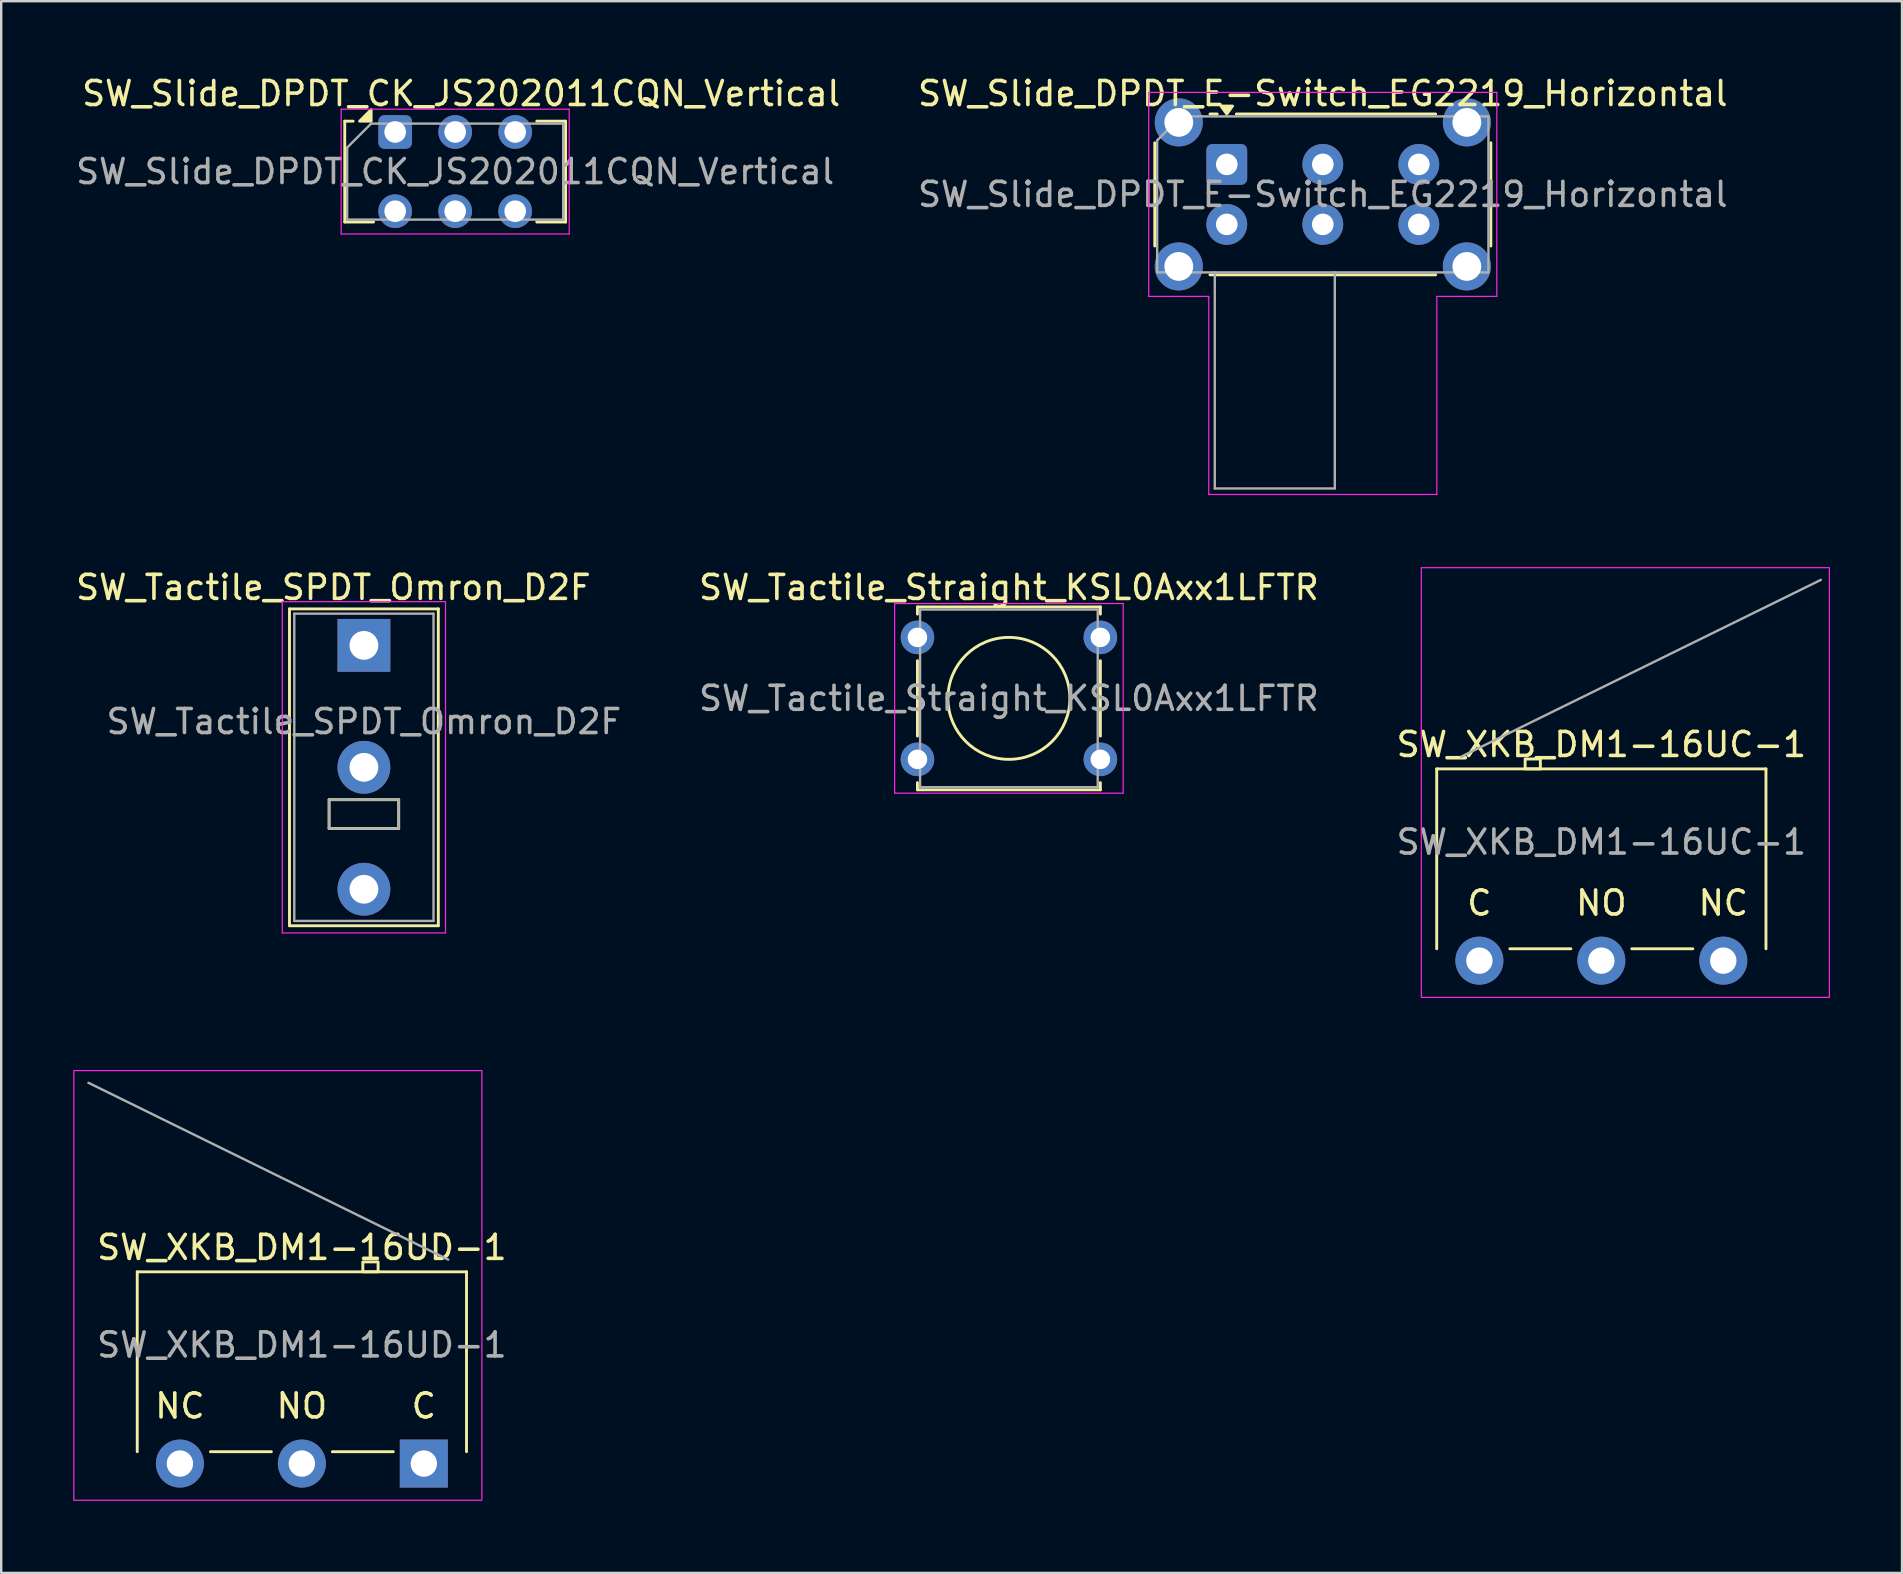
<source format=kicad_pcb>
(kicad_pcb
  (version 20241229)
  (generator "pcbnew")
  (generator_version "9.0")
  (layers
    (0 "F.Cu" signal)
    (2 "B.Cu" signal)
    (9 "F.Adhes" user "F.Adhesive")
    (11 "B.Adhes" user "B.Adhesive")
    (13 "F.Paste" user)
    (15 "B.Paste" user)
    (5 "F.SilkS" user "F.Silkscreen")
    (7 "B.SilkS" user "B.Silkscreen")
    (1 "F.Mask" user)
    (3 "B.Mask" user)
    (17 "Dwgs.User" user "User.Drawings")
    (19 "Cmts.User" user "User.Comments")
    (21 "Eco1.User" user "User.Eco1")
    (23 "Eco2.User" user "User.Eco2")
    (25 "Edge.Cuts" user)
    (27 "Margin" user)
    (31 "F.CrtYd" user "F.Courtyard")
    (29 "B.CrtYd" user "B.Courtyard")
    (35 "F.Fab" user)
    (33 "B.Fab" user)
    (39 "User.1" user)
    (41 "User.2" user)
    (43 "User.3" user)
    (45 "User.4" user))
  (footprint "SW_Tactile_Straight_KSL0Axx1LFTR"
    (layer "F.Cu")
    (at 35.168 23.502)
    (property "Reference" "SW_Tactile_Straight_KSL0Axx1LFTR" (at 3.81 -2.08 0) (layer "F.SilkS") (effects (font (size 1 1) (thickness 0.15))))
    (attr through_hole)
    (fp_line (start 0 -1.27) (end 0 -0.97) (stroke (width 0.12) (type solid)) (layer "F.SilkS"))
    (fp_line (start 0 -1.27) (end 7.62 -1.27) (stroke (width 0.12) (type solid)) (layer "F.SilkS"))
    (fp_line (start 0 0.97) (end 0 4.11) (stroke (width 0.12) (type solid)) (layer "F.SilkS"))
    (fp_line (start 0 6.05) (end 0 6.35) (stroke (width 0.12) (type solid)) (layer "F.SilkS"))
    (fp_line (start 7.62 -1.27) (end 7.62 -0.97) (stroke (width 0.12) (type solid)) (layer "F.SilkS"))
    (fp_line (start 7.62 0.97) (end 7.62 4.11) (stroke (width 0.12) (type solid)) (layer "F.SilkS"))
    (fp_line (start 7.62 6.05) (end 7.62 6.35) (stroke (width 0.12) (type solid)) (layer "F.SilkS"))
    (fp_line (start 7.62 6.35) (end 0 6.35) (stroke (width 0.12) (type solid)) (layer "F.SilkS"))
    (fp_circle (center 3.81 2.54) (end 3.81 0) (stroke (width 0.12) (type solid)) (fill no) (layer "F.SilkS"))
    (fp_line (start -0.95 -1.41) (end -0.95 6.49) (stroke (width 0.05) (type solid)) (layer "F.CrtYd"))
    (fp_line (start -0.95 -1.41) (end 8.57 -1.41) (stroke (width 0.05) (type solid)) (layer "F.CrtYd"))
    (fp_line (start 8.57 6.49) (end -0.95 6.49) (stroke (width 0.05) (type solid)) (layer "F.CrtYd"))
    (fp_line (start 8.57 6.49) (end 8.57 -1.41) (stroke (width 0.05) (type solid)) (layer "F.CrtYd"))
    (fp_line (start 0.11 -1.16) (end 7.51 -1.16) (stroke (width 0.1) (type solid)) (layer "F.Fab"))
    (fp_line (start 0.11 6.24) (end 0.11 -1.16) (stroke (width 0.1) (type solid)) (layer "F.Fab"))
    (fp_line (start 7.51 -1.16) (end 7.51 6.24) (stroke (width 0.1) (type solid)) (layer "F.Fab"))
    (fp_line (start 7.51 6.24) (end 0.11 6.24) (stroke (width 0.1) (type solid)) (layer "F.Fab"))
    (fp_text user "${REFERENCE}" (at 3.81 2.54 0) (layer "F.Fab") (effects (font (size 1 1) (thickness 0.15))))
    (pad "1" thru_hole circle (at 0 0) (size 1.397 1.397) (drill 0.813) (layers "*.Cu" "*.Mask"))
    (pad "1" thru_hole circle (at 7.62 0) (size 1.397 1.397) (drill 0.813) (layers "*.Cu" "*.Mask"))
    (pad "2" thru_hole circle (at 0 5.08) (size 1.397 1.397) (drill 0.813) (layers "*.Cu" "*.Mask"))
    (pad "2" thru_hole circle (at 7.62 5.08) (size 1.397 1.397) (drill 0.813) (layers "*.Cu" "*.Mask")))
  (footprint "SW_XKB_DM1-16UC-1"
    (layer "F.Cu")
    (at 63.657 34.568)
    (property "Reference" "SW_XKB_DM1-16UC-1" (at 0 -6.604 0) (unlocked yes) (layer "F.SilkS") (effects (font (size 1 1) (thickness 0.15))))
    (attr through_hole)
    (fp_line (start -6.858 -5.588) (end -6.858 1.905) (stroke (width 0.12) (type solid)) (layer "F.SilkS"))
    (fp_line (start -3.81 1.905) (end -1.27 1.905) (stroke (width 0.12) (type solid)) (layer "F.SilkS"))
    (fp_line (start 3.81 1.905) (end 1.27 1.905) (stroke (width 0.12) (type solid)) (layer "F.SilkS"))
    (fp_line (start 6.858 -5.588) (end -6.858 -5.588) (stroke (width 0.12) (type solid)) (layer "F.SilkS"))
    (fp_line (start 6.858 1.905) (end 6.858 -5.588) (stroke (width 0.12) (type solid)) (layer "F.SilkS"))
    (fp_rect (start -3.175 -6) (end -2.54 -5.588) (stroke (width 0.12) (type solid)) (fill no) (layer "F.SilkS"))
    (fp_rect (start -7.5 -13.97) (end 9.5 3.93) (stroke (width 0.05) (type solid)) (fill no) (layer "F.CrtYd"))
    (fp_line (start -5.842 -6.096) (end 9.144 -13.462) (stroke (width 0.1) (type solid)) (layer "F.Fab"))
    (fp_text user "NC" (at 5.08 0 0) (unlocked yes) (layer "F.SilkS") (effects (font (size 1 1) (thickness 0.15))))
    (fp_text user "C" (at -5.08 0 0) (unlocked yes) (layer "F.SilkS") (effects (font (size 1 1) (thickness 0.15))))
    (fp_text user "NO" (at 0 0 0) (unlocked yes) (layer "F.SilkS") (effects (font (size 1 1) (thickness 0.15))))
    (fp_text user "${REFERENCE}" (at 0 -2.54 0) (unlocked yes) (layer "F.Fab") (effects (font (size 1 1) (thickness 0.15))))
    (pad "1" thru_hole circle (at -5.08 2.4) (size 2 2) (drill 1.1) (layers "*.Cu" "*.Mask"))
    (pad "2" thru_hole circle (at 0 2.4) (size 2 2) (drill 1.1) (layers "*.Cu" "*.Mask"))
    (pad "3" thru_hole circle (at 5.08 2.4) (size 2 2) (drill 1.1) (layers "*.Cu" "*.Mask")))
  (footprint "SW_XKB_DM1-16UD-1"
    (layer "F.Cu")
    (at 14.605 57.918)
    (property "Reference" "SW_XKB_DM1-16UD-1" (at -5.08 -9.004 0) (unlocked yes) (layer "F.SilkS") (effects (font (size 1 1) (thickness 0.15))))
    (attr through_hole)
    (fp_line (start -11.938 -7.988) (end -11.938 -0.495) (stroke (width 0.12) (type solid)) (layer "F.SilkS"))
    (fp_line (start -8.89 -0.495) (end -6.35 -0.495) (stroke (width 0.12) (type solid)) (layer "F.SilkS"))
    (fp_line (start -1.27 -0.495) (end -3.81 -0.495) (stroke (width 0.12) (type solid)) (layer "F.SilkS"))
    (fp_line (start 1.778 -7.988) (end -11.938 -7.988) (stroke (width 0.12) (type solid)) (layer "F.SilkS"))
    (fp_line (start 1.778 -0.495) (end 1.778 -7.988) (stroke (width 0.12) (type solid)) (layer "F.SilkS"))
    (fp_rect (start -2.54 -8.4) (end -1.905 -7.988) (stroke (width 0.12) (type solid)) (fill no) (layer "F.SilkS"))
    (fp_rect (start -14.58 -16.37) (end 2.42 1.53) (stroke (width 0.05) (type solid)) (fill no) (layer "F.CrtYd"))
    (fp_line (start -13.97 -15.862) (end 1.016 -8.496) (stroke (width 0.1) (type solid)) (layer "F.Fab"))
    (fp_text user "C" (at 0 -2.4 0) (unlocked yes) (layer "F.SilkS") (effects (font (size 1 1) (thickness 0.15))))
    (fp_text user "NO" (at -5.08 -2.4 0) (unlocked yes) (layer "F.SilkS") (effects (font (size 1 1) (thickness 0.15))))
    (fp_text user "NC" (at -10.16 -2.4 0) (unlocked yes) (layer "F.SilkS") (effects (font (size 1 1) (thickness 0.15))))
    (fp_text user "${REFERENCE}" (at -5.08 -4.94 0) (unlocked yes) (layer "F.Fab") (effects (font (size 1 1) (thickness 0.15))))
    (pad "1" thru_hole rect (at 0 0) (size 2 2) (drill 1.1) (layers "*.Cu" "*.Mask"))
    (pad "2" thru_hole circle (at -5.08 0) (size 2 2) (drill 1.1) (layers "*.Cu" "*.Mask"))
    (pad "3" thru_hole circle (at -10.16 0) (size 2 2) (drill 1.1) (layers "*.Cu" "*.Mask")))
  (footprint "SW_Tactile_SPDT_Omron_D2F"
    (layer "F.Cu")
    (at 12.109 23.834)
    (property "Reference" "SW_Tactile_SPDT_Omron_D2F" (at -1.27 -2.413 0) (unlocked yes) (layer "F.SilkS") (effects (font (size 1 1) (thickness 0.15))))
    (attr through_hole)
    (fp_line (start -3.1 -1.52) (end -3.1 11.68) (stroke (width 0.12) (type solid)) (layer "F.SilkS"))
    (fp_line (start -3.1 -1.52) (end 3.1 -1.52) (stroke (width 0.12) (type solid)) (layer "F.SilkS"))
    (fp_line (start -3.1 11.68) (end 3.1 11.68) (stroke (width 0.12) (type solid)) (layer "F.SilkS"))
    (fp_line (start -1.45 6.43) (end 1.45 6.43) (stroke (width 0.12) (type solid)) (layer "F.SilkS"))
    (fp_line (start -1.45 7.63) (end -1.45 6.43) (stroke (width 0.12) (type solid)) (layer "F.SilkS"))
    (fp_line (start 1.45 6.43) (end 1.45 7.63) (stroke (width 0.12) (type solid)) (layer "F.SilkS"))
    (fp_line (start 1.45 7.63) (end -1.45 7.63) (stroke (width 0.12) (type solid)) (layer "F.SilkS"))
    (fp_line (start 3.1 -1.52) (end 3.1 11.68) (stroke (width 0.12) (type solid)) (layer "F.SilkS"))
    (fp_line (start -3.4 -1.82) (end -3.4 11.98) (stroke (width 0.05) (type solid)) (layer "F.CrtYd"))
    (fp_line (start -3.4 -1.82) (end 3.4 -1.82) (stroke (width 0.05) (type solid)) (layer "F.CrtYd"))
    (fp_line (start -3.4 11.98) (end 3.4 11.98) (stroke (width 0.05) (type solid)) (layer "F.CrtYd"))
    (fp_line (start 3.4 -1.82) (end 3.4 11.98) (stroke (width 0.05) (type solid)) (layer "F.CrtYd"))
    (fp_line (start -2.9 -1.32) (end 2.9 -1.32) (stroke (width 0.1) (type solid)) (layer "F.Fab"))
    (fp_line (start -2.9 11.48) (end -2.9 -1.32) (stroke (width 0.1) (type solid)) (layer "F.Fab"))
    (fp_line (start -1.45 6.43) (end 1.45 6.43) (stroke (width 0.1) (type solid)) (layer "F.Fab"))
    (fp_line (start -1.45 7.63) (end -1.45 6.43) (stroke (width 0.1) (type solid)) (layer "F.Fab"))
    (fp_line (start 1.45 6.43) (end 1.45 7.63) (stroke (width 0.1) (type solid)) (layer "F.Fab"))
    (fp_line (start 1.45 7.63) (end -1.45 7.63) (stroke (width 0.1) (type solid)) (layer "F.Fab"))
    (fp_line (start 2.9 -1.32) (end 2.9 11.48) (stroke (width 0.1) (type solid)) (layer "F.Fab"))
    (fp_line (start 2.9 11.48) (end -2.9 11.48) (stroke (width 0.1) (type solid)) (layer "F.Fab"))
    (fp_text user "${REFERENCE}" (at 0 3.175 0) (unlocked yes) (layer "F.Fab") (effects (font (size 1 1) (thickness 0.15))))
    (pad "1" thru_hole rect (at 0 0 180) (size 2.2 2.2) (drill 1.2) (layers "*.Cu" "*.Mask"))
    (pad "2" thru_hole circle (at 0 10.16 180) (size 2.2 2.2) (drill 1.2) (layers "*.Cu" "*.Mask"))
    (pad "3" thru_hole circle (at 0 5.08 180) (size 2.2 2.2) (drill 1.2) (layers "*.Cu" "*.Mask")))
  (footprint "SW_Slide_DPDT_E-Switch_EG2219_Horizontal"
    (layer "F.Cu")
    (at 48.054 3.798)
    (property "Reference" "SW_Slide_DPDT_E-Switch_EG2219_Horizontal" (at 4 -2.95 0) (layer "F.SilkS") (effects (font (size 1 1) (thickness 0.15))))
    (attr through_hole)
    (fp_line (start -3 3.4) (end -3 -0.9) (stroke (width 0.12) (type solid)) (layer "F.SilkS"))
    (fp_line (start -0.7 -2.1) (end -0.4 -2.1) (stroke (width 0.12) (type solid)) (layer "F.SilkS"))
    (fp_line (start 0.4 -2.1) (end 8.7 -2.1) (stroke (width 0.12) (type solid)) (layer "F.SilkS"))
    (fp_line (start 8.7 4.6) (end -0.7 4.6) (stroke (width 0.12) (type solid)) (layer "F.SilkS"))
    (fp_line (start 11 -0.9) (end 11 3.4) (stroke (width 0.12) (type solid)) (layer "F.SilkS"))
    (fp_poly (pts (xy 0 -2.1) (xy -0.24 -2.43) (xy 0.24 -2.43) (xy 0 -2.1)) (stroke (width 0.12) (type solid)) (fill yes) (layer "F.SilkS"))
    (fp_line (start -3.25 -3) (end 11.25 -3) (stroke (width 0.05) (type solid)) (layer "F.CrtYd"))
    (fp_line (start -3.25 5.5) (end -3.25 -3) (stroke (width 0.05) (type solid)) (layer "F.CrtYd"))
    (fp_line (start -0.75 5.5) (end -3.25 5.5) (stroke (width 0.05) (type solid)) (layer "F.CrtYd"))
    (fp_line (start -0.75 13.75) (end -0.75 5.5) (stroke (width 0.05) (type solid)) (layer "F.CrtYd"))
    (fp_line (start 8.75 5.5) (end 8.75 13.75) (stroke (width 0.05) (type solid)) (layer "F.CrtYd"))
    (fp_line (start 8.75 13.75) (end -0.75 13.75) (stroke (width 0.05) (type solid)) (layer "F.CrtYd"))
    (fp_line (start 11.25 -3) (end 11.25 5.5) (stroke (width 0.05) (type solid)) (layer "F.CrtYd"))
    (fp_line (start 11.25 5.5) (end 8.75 5.5) (stroke (width 0.05) (type solid)) (layer "F.CrtYd"))
    (fp_line (start -2.9 4.5) (end -2.9 -1) (stroke (width 0.1) (type solid)) (layer "F.Fab"))
    (fp_line (start -1.9 -2) (end -2.9 -1) (stroke (width 0.1) (type solid)) (layer "F.Fab"))
    (fp_line (start -1.9 -2) (end 10.9 -2) (stroke (width 0.1) (type solid)) (layer "F.Fab"))
    (fp_line (start -0.5 13.5) (end -0.5 4.5) (stroke (width 0.1) (type solid)) (layer "F.Fab"))
    (fp_line (start 4.5 4.5) (end 4.5 13.5) (stroke (width 0.1) (type solid)) (layer "F.Fab"))
    (fp_line (start 4.5 13.5) (end -0.5 13.5) (stroke (width 0.1) (type solid)) (layer "F.Fab"))
    (fp_line (start 10.9 -2) (end 10.9 4.5) (stroke (width 0.1) (type solid)) (layer "F.Fab"))
    (fp_line (start 10.9 4.5) (end -2.9 4.5) (stroke (width 0.1) (type solid)) (layer "F.Fab"))
    (fp_text user "${REFERENCE}" (at 4 1.25 0) (layer "F.Fab") (effects (font (size 1 1) (thickness 0.15))))
    (pad "" thru_hole circle (at -2 -1.75) (size 2 2) (drill 1.2) (layers "*.Cu" "*.Mask"))
    (pad "" thru_hole circle (at -2 4.25) (size 2 2) (drill 1.2) (layers "*.Cu" "*.Mask"))
    (pad "" thru_hole circle (at 10 -1.75) (size 2 2) (drill 1.2) (layers "*.Cu" "*.Mask"))
    (pad "" thru_hole circle (at 10 4.25) (size 2 2) (drill 1.2) (layers "*.Cu" "*.Mask"))
    (pad "1" thru_hole roundrect (at 0 0) (size 1.7 1.7) (drill 0.9) (layers "*.Cu" "*.Mask") (roundrect_rratio 0.147))
    (pad "2" thru_hole circle (at 4 0) (size 1.7 1.7) (drill 0.9) (layers "*.Cu" "*.Mask"))
    (pad "3" thru_hole circle (at 8 0) (size 1.7 1.7) (drill 0.9) (layers "*.Cu" "*.Mask"))
    (pad "4" thru_hole circle (at 8 2.5) (size 1.7 1.7) (drill 0.9) (layers "*.Cu" "*.Mask"))
    (pad "5" thru_hole circle (at 4 2.5) (size 1.7 1.7) (drill 0.9) (layers "*.Cu" "*.Mask"))
    (pad "6" thru_hole circle (at 0 2.5) (size 1.7 1.7) (drill 0.9) (layers "*.Cu" "*.Mask")))
  (footprint "SW_Slide_DPDT_CK_JS202011CQN_Vertical"
    (layer "F.Cu")
    (at 13.411 2.448)
    (property "Reference" "SW_Slide_DPDT_CK_JS202011CQN_Vertical" (at 2.75 -1.6 0) (layer "F.SilkS") (effects (font (size 1 1) (thickness 0.15))))
    (attr through_hole)
    (fp_line (start -2.1 -0.45) (end -2.1 3.75) (stroke (width 0.12) (type solid)) (layer "F.SilkS"))
    (fp_line (start -2.1 3.75) (end -0.9 3.75) (stroke (width 0.12) (type solid)) (layer "F.SilkS"))
    (fp_line (start -1.75 -0.45) (end -2.1 -0.45) (stroke (width 0.12) (type solid)) (layer "F.SilkS"))
    (fp_line (start 5.9 -0.45) (end 7.1 -0.45) (stroke (width 0.12) (type solid)) (layer "F.SilkS"))
    (fp_line (start 7.1 -0.45) (end 7.1 3.75) (stroke (width 0.12) (type solid)) (layer "F.SilkS"))
    (fp_line (start 7.1 3.75) (end 5.9 3.75) (stroke (width 0.12) (type solid)) (layer "F.SilkS"))
    (fp_poly (pts (xy -1 -0.45) (xy -1.48 -0.45) (xy -1 -0.93) (xy -1 -0.45)) (stroke (width 0.12) (type solid)) (fill yes) (layer "F.SilkS"))
    (fp_line (start -2.25 -0.95) (end 7.25 -0.95) (stroke (width 0.05) (type solid)) (layer "F.CrtYd"))
    (fp_line (start -2.25 4.25) (end -2.25 -0.95) (stroke (width 0.05) (type solid)) (layer "F.CrtYd"))
    (fp_line (start 7.25 -0.95) (end 7.25 4.25) (stroke (width 0.05) (type solid)) (layer "F.CrtYd"))
    (fp_line (start 7.25 4.25) (end -2.25 4.25) (stroke (width 0.05) (type solid)) (layer "F.CrtYd"))
    (fp_line (start -2 3.65) (end -2 0.65) (stroke (width 0.1) (type solid)) (layer "F.Fab"))
    (fp_line (start -1 -0.35) (end -2 0.65) (stroke (width 0.1) (type solid)) (layer "F.Fab"))
    (fp_line (start -1 -0.35) (end 7 -0.35) (stroke (width 0.1) (type solid)) (layer "F.Fab"))
    (fp_line (start 7 -0.35) (end 7 3.65) (stroke (width 0.1) (type solid)) (layer "F.Fab"))
    (fp_line (start 7 3.65) (end -2 3.65) (stroke (width 0.1) (type solid)) (layer "F.Fab"))
    (fp_text user "${REFERENCE}" (at 2.5 1.65 0) (layer "F.Fab") (effects (font (size 1 1) (thickness 0.15))))
    (pad "1" thru_hole roundrect (at 0 0) (size 1.4 1.4) (drill 0.9) (layers "*.Cu" "*.Mask") (roundrect_rratio 0.179))
    (pad "2" thru_hole circle (at 2.5 0) (size 1.4 1.4) (drill 0.9) (layers "*.Cu" "*.Mask"))
    (pad "3" thru_hole circle (at 5 0) (size 1.4 1.4) (drill 0.9) (layers "*.Cu" "*.Mask"))
    (pad "4" thru_hole circle (at 5 3.3) (size 1.4 1.4) (drill 0.9) (layers "*.Cu" "*.Mask"))
    (pad "5" thru_hole circle (at 2.5 3.3) (size 1.4 1.4) (drill 0.9) (layers "*.Cu" "*.Mask"))
    (pad "6" thru_hole circle (at 0 3.3) (size 1.4 1.4) (drill 0.9) (layers "*.Cu" "*.Mask")))
  (gr_rect
    (start -3 -3)
    (end 76.182 62.473)
    (stroke (width 0.1) (type default))
    (fill no)
    (layer "Edge.Cuts")))
</source>
